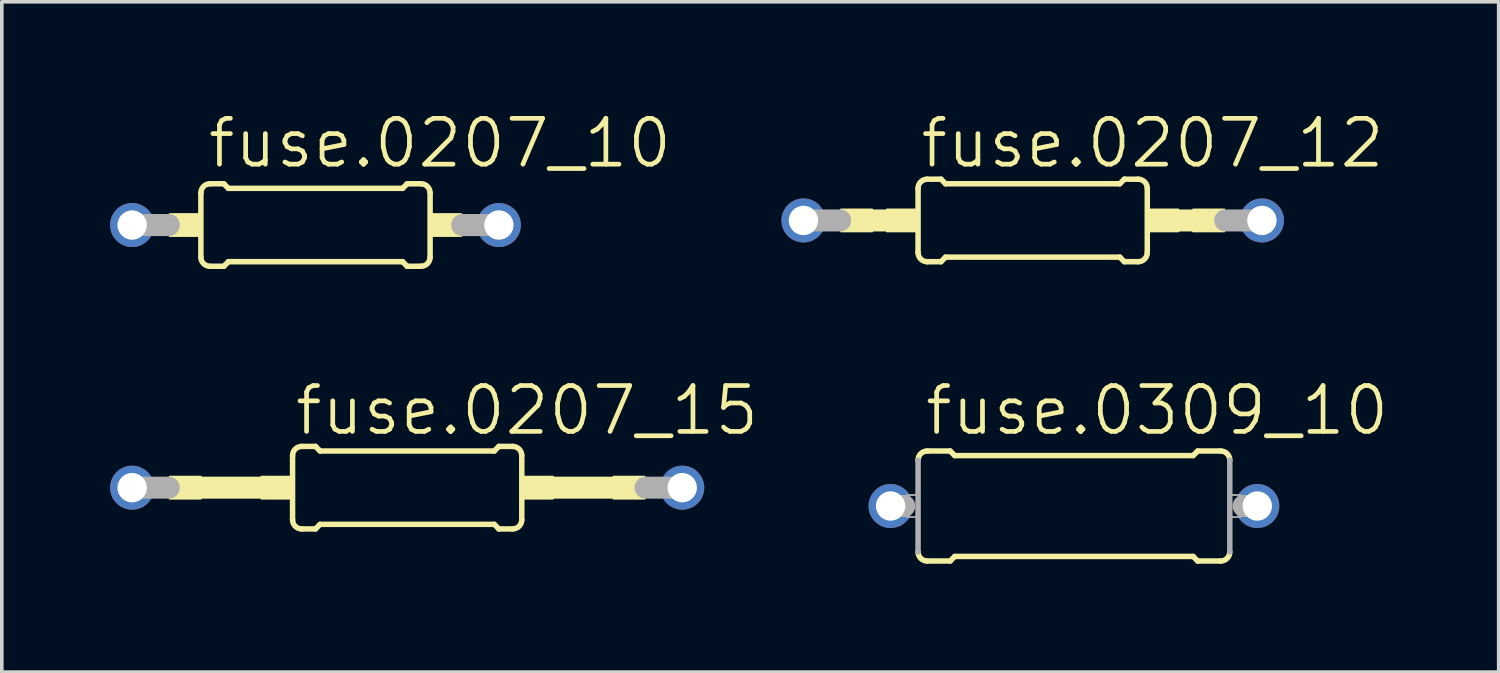
<source format=kicad_pcb>
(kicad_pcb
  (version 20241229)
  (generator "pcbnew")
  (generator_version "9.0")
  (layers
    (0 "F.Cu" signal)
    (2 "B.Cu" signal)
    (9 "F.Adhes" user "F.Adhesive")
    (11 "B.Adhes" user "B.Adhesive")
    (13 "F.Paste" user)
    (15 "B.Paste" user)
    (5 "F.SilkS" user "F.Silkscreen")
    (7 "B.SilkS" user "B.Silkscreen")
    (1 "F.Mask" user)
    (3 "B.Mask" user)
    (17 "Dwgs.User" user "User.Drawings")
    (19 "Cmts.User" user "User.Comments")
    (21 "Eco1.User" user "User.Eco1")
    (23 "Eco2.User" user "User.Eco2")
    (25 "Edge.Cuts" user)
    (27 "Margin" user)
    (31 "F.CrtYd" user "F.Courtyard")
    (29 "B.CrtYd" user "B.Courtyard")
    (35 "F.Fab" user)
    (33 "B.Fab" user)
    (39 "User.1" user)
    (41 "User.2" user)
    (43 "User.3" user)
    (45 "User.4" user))
  (footprint "fuse.0207_15"
    (layer "F.Cu")
    (at 8.23 10.46)
    (property "Reference" "fuse.0207_15" (at -3.175 -1.397 0) (layer "F.SilkS") (effects (font (size 1.27 1.27) (thickness 0.13)) (justify left bottom)))
    (attr through_hole)
    (fp_line (start -5.715 0) (end -4.064 0) (stroke (width 0.61) (type default)) (layer "F.SilkS"))
    (fp_line (start -3.175 0.889) (end -3.175 -0.889) (stroke (width 0.152) (type default)) (layer "F.SilkS"))
    (fp_line (start -2.921 -1.143) (end -2.54 -1.143) (stroke (width 0.152) (type default)) (layer "F.SilkS"))
    (fp_line (start -2.921 1.143) (end -2.54 1.143) (stroke (width 0.152) (type default)) (layer "F.SilkS"))
    (fp_line (start -2.413 -1.016) (end -2.54 -1.143) (stroke (width 0.152) (type default)) (layer "F.SilkS"))
    (fp_line (start -2.413 1.016) (end -2.54 1.143) (stroke (width 0.152) (type default)) (layer "F.SilkS"))
    (fp_line (start 2.413 -1.016) (end -2.413 -1.016) (stroke (width 0.152) (type default)) (layer "F.SilkS"))
    (fp_line (start 2.413 -1.016) (end 2.54 -1.143) (stroke (width 0.152) (type default)) (layer "F.SilkS"))
    (fp_line (start 2.413 1.016) (end -2.413 1.016) (stroke (width 0.152) (type default)) (layer "F.SilkS"))
    (fp_line (start 2.413 1.016) (end 2.54 1.143) (stroke (width 0.152) (type default)) (layer "F.SilkS"))
    (fp_line (start 2.921 -1.143) (end 2.54 -1.143) (stroke (width 0.152) (type default)) (layer "F.SilkS"))
    (fp_line (start 2.921 1.143) (end 2.54 1.143) (stroke (width 0.152) (type default)) (layer "F.SilkS"))
    (fp_line (start 3.175 0.889) (end 3.175 -0.889) (stroke (width 0.152) (type default)) (layer "F.SilkS"))
    (fp_line (start 5.715 0) (end 4.064 0) (stroke (width 0.61) (type default)) (layer "F.SilkS"))
    (fp_rect (start -6.579 0.305) (end -5.715 -0.305) (stroke (width 0.05) (type default)) (fill yes) (layer "F.SilkS"))
    (fp_rect (start -4.039 0.305) (end -3.175 -0.305) (stroke (width 0.05) (type default)) (fill yes) (layer "F.SilkS"))
    (fp_rect (start 3.175 0.305) (end 4.039 -0.305) (stroke (width 0.05) (type default)) (fill yes) (layer "F.SilkS"))
    (fp_rect (start 5.715 0.305) (end 6.579 -0.305) (stroke (width 0.05) (type default)) (fill yes) (layer "F.SilkS"))
    (fp_arc (start -3.175 -0.889) (mid -3.100605 -1.068605) (end -2.921 -1.143) (stroke (width 0.1524) (type default)) (layer "F.SilkS"))
    (fp_arc (start -2.921 1.143) (mid -3.100605 1.068605) (end -3.175 0.889) (stroke (width 0.1524) (type default)) (layer "F.SilkS"))
    (fp_arc (start 2.921 -1.143) (mid 3.100605 -1.068605) (end 3.175 -0.889) (stroke (width 0.1524) (type default)) (layer "F.SilkS"))
    (fp_arc (start 3.175 0.889) (mid 3.100605 1.068605) (end 2.921 1.143) (stroke (width 0.1524) (type default)) (layer "F.SilkS"))
    (fp_line (start -7.62 0) (end -6.604 0) (stroke (width 0.61) (type default)) (layer "F.Fab"))
    (fp_line (start 7.62 0) (end 6.604 0) (stroke (width 0.61) (type default)) (layer "F.Fab"))
    (pad "1" thru_hole circle (at -7.62 0) (size 1.219 1.219) (drill 0.813) (layers "*.Cu" "*.Mask"))
    (pad "2" thru_hole circle (at 7.62 0) (size 1.219 1.219) (drill 0.813) (layers "*.Cu" "*.Mask")))
  (footprint "fuse.0309_10"
    (layer "F.Cu")
    (at 26.701 10.968)
    (property "Reference" "fuse.0309_10" (at -4.191 -1.905 0) (layer "F.SilkS") (effects (font (size 1.27 1.27) (thickness 0.13)) (justify left bottom)))
    (attr through_hole)
    (fp_line (start -4.064 -1.524) (end -3.429 -1.524) (stroke (width 0.152) (type default)) (layer "F.SilkS"))
    (fp_line (start -4.064 1.524) (end -3.429 1.524) (stroke (width 0.152) (type default)) (layer "F.SilkS"))
    (fp_line (start -3.302 -1.397) (end -3.429 -1.524) (stroke (width 0.152) (type default)) (layer "F.SilkS"))
    (fp_line (start -3.302 1.397) (end -3.429 1.524) (stroke (width 0.152) (type default)) (layer "F.SilkS"))
    (fp_line (start 3.302 -1.397) (end -3.302 -1.397) (stroke (width 0.152) (type default)) (layer "F.SilkS"))
    (fp_line (start 3.302 -1.397) (end 3.429 -1.524) (stroke (width 0.152) (type default)) (layer "F.SilkS"))
    (fp_line (start 3.302 1.397) (end -3.302 1.397) (stroke (width 0.152) (type default)) (layer "F.SilkS"))
    (fp_line (start 3.302 1.397) (end 3.429 1.524) (stroke (width 0.152) (type default)) (layer "F.SilkS"))
    (fp_line (start 4.064 -1.524) (end 3.429 -1.524) (stroke (width 0.152) (type default)) (layer "F.SilkS"))
    (fp_line (start 4.064 1.524) (end 3.429 1.524) (stroke (width 0.152) (type default)) (layer "F.SilkS"))
    (fp_arc (start -4.318 -1.27) (mid -4.243605 -1.449605) (end -4.064 -1.524) (stroke (width 0.1524) (type default)) (layer "F.SilkS"))
    (fp_arc (start -4.064 1.524) (mid -4.243605 1.449605) (end -4.318 1.27) (stroke (width 0.1524) (type default)) (layer "F.SilkS"))
    (fp_arc (start 4.064 -1.524) (mid 4.243605 -1.449605) (end 4.318 -1.27) (stroke (width 0.1524) (type default)) (layer "F.SilkS"))
    (fp_arc (start 4.318 1.27) (mid 4.243605 1.449605) (end 4.064 1.524) (stroke (width 0.1524) (type default)) (layer "F.SilkS"))
    (fp_line (start -4.699 0) (end -5.08 0) (stroke (width 0.61) (type default)) (layer "F.Fab"))
    (fp_line (start -4.318 1.27) (end -4.318 -1.27) (stroke (width 0.152) (type default)) (layer "F.Fab"))
    (fp_line (start 4.318 1.27) (end 4.318 -1.27) (stroke (width 0.152) (type default)) (layer "F.Fab"))
    (fp_line (start 5.08 0) (end 4.699 0) (stroke (width 0.61) (type default)) (layer "F.Fab"))
    (fp_rect (start -4.623 0.305) (end -4.318 -0.305) (stroke (width 0.05) (type default)) (fill no) (layer "F.Fab"))
    (fp_rect (start 4.318 0.305) (end 4.623 -0.305) (stroke (width 0.05) (type default)) (fill no) (layer "F.Fab"))
    (pad "1" thru_hole circle (at -5.08 0) (size 1.219 1.219) (drill 0.813) (layers "*.Cu" "*.Mask"))
    (pad "2" thru_hole circle (at 5.08 0) (size 1.219 1.219) (drill 0.813) (layers "*.Cu" "*.Mask")))
  (footprint "fuse.0207_12"
    (layer "F.Cu")
    (at 25.558 3.057)
    (property "Reference" "fuse.0207_12" (at -3.175 -1.397 0) (layer "F.SilkS") (effects (font (size 1.27 1.27) (thickness 0.13)) (justify left bottom)))
    (attr through_hole)
    (fp_line (start -4.445 0) (end -4.064 0) (stroke (width 0.61) (type default)) (layer "F.SilkS"))
    (fp_line (start -3.175 0.889) (end -3.175 -0.889) (stroke (width 0.152) (type default)) (layer "F.SilkS"))
    (fp_line (start -2.921 -1.143) (end -2.54 -1.143) (stroke (width 0.152) (type default)) (layer "F.SilkS"))
    (fp_line (start -2.921 1.143) (end -2.54 1.143) (stroke (width 0.152) (type default)) (layer "F.SilkS"))
    (fp_line (start -2.413 -1.016) (end -2.54 -1.143) (stroke (width 0.152) (type default)) (layer "F.SilkS"))
    (fp_line (start -2.413 1.016) (end -2.54 1.143) (stroke (width 0.152) (type default)) (layer "F.SilkS"))
    (fp_line (start 2.413 -1.016) (end -2.413 -1.016) (stroke (width 0.152) (type default)) (layer "F.SilkS"))
    (fp_line (start 2.413 -1.016) (end 2.54 -1.143) (stroke (width 0.152) (type default)) (layer "F.SilkS"))
    (fp_line (start 2.413 1.016) (end -2.413 1.016) (stroke (width 0.152) (type default)) (layer "F.SilkS"))
    (fp_line (start 2.413 1.016) (end 2.54 1.143) (stroke (width 0.152) (type default)) (layer "F.SilkS"))
    (fp_line (start 2.921 -1.143) (end 2.54 -1.143) (stroke (width 0.152) (type default)) (layer "F.SilkS"))
    (fp_line (start 2.921 1.143) (end 2.54 1.143) (stroke (width 0.152) (type default)) (layer "F.SilkS"))
    (fp_line (start 3.175 0.889) (end 3.175 -0.889) (stroke (width 0.152) (type default)) (layer "F.SilkS"))
    (fp_line (start 4.445 0) (end 4.064 0) (stroke (width 0.61) (type default)) (layer "F.SilkS"))
    (fp_rect (start -5.309 0.305) (end -4.445 -0.305) (stroke (width 0.05) (type default)) (fill yes) (layer "F.SilkS"))
    (fp_rect (start -4.039 0.305) (end -3.175 -0.305) (stroke (width 0.05) (type default)) (fill yes) (layer "F.SilkS"))
    (fp_rect (start 3.175 0.305) (end 4.039 -0.305) (stroke (width 0.05) (type default)) (fill yes) (layer "F.SilkS"))
    (fp_rect (start 4.445 0.305) (end 5.309 -0.305) (stroke (width 0.05) (type default)) (fill yes) (layer "F.SilkS"))
    (fp_arc (start -3.175 -0.889) (mid -3.100605 -1.068605) (end -2.921 -1.143) (stroke (width 0.1524) (type default)) (layer "F.SilkS"))
    (fp_arc (start -2.921 1.143) (mid -3.100605 1.068605) (end -3.175 0.889) (stroke (width 0.1524) (type default)) (layer "F.SilkS"))
    (fp_arc (start 2.921 -1.143) (mid 3.100605 -1.068605) (end 3.175 -0.889) (stroke (width 0.1524) (type default)) (layer "F.SilkS"))
    (fp_arc (start 3.175 0.889) (mid 3.100605 1.068605) (end 2.921 1.143) (stroke (width 0.1524) (type default)) (layer "F.SilkS"))
    (fp_line (start -6.35 0) (end -5.334 0) (stroke (width 0.61) (type default)) (layer "F.Fab"))
    (fp_line (start 6.35 0) (end 5.334 0) (stroke (width 0.61) (type default)) (layer "F.Fab"))
    (pad "1" thru_hole circle (at -6.35 0) (size 1.219 1.219) (drill 0.813) (layers "*.Cu" "*.Mask"))
    (pad "2" thru_hole circle (at 6.35 0) (size 1.219 1.219) (drill 0.813) (layers "*.Cu" "*.Mask")))
  (footprint "fuse.0207_10"
    (layer "F.Cu")
    (at 5.69 3.184)
    (property "Reference" "fuse.0207_10" (at -3.048 -1.524 0) (layer "F.SilkS") (effects (font (size 1.27 1.27) (thickness 0.13)) (justify left bottom)))
    (attr through_hole)
    (fp_line (start -3.175 0.889) (end -3.175 -0.889) (stroke (width 0.152) (type default)) (layer "F.SilkS"))
    (fp_line (start -2.921 -1.143) (end -2.54 -1.143) (stroke (width 0.152) (type default)) (layer "F.SilkS"))
    (fp_line (start -2.921 1.143) (end -2.54 1.143) (stroke (width 0.152) (type default)) (layer "F.SilkS"))
    (fp_line (start -2.413 -1.016) (end -2.54 -1.143) (stroke (width 0.152) (type default)) (layer "F.SilkS"))
    (fp_line (start -2.413 1.016) (end -2.54 1.143) (stroke (width 0.152) (type default)) (layer "F.SilkS"))
    (fp_line (start 2.413 -1.016) (end -2.413 -1.016) (stroke (width 0.152) (type default)) (layer "F.SilkS"))
    (fp_line (start 2.413 -1.016) (end 2.54 -1.143) (stroke (width 0.152) (type default)) (layer "F.SilkS"))
    (fp_line (start 2.413 1.016) (end -2.413 1.016) (stroke (width 0.152) (type default)) (layer "F.SilkS"))
    (fp_line (start 2.413 1.016) (end 2.54 1.143) (stroke (width 0.152) (type default)) (layer "F.SilkS"))
    (fp_line (start 2.921 -1.143) (end 2.54 -1.143) (stroke (width 0.152) (type default)) (layer "F.SilkS"))
    (fp_line (start 2.921 1.143) (end 2.54 1.143) (stroke (width 0.152) (type default)) (layer "F.SilkS"))
    (fp_line (start 3.175 0.889) (end 3.175 -0.889) (stroke (width 0.152) (type default)) (layer "F.SilkS"))
    (fp_rect (start -4.039 0.305) (end -3.175 -0.305) (stroke (width 0.05) (type default)) (fill yes) (layer "F.SilkS"))
    (fp_rect (start 3.175 0.305) (end 4.039 -0.305) (stroke (width 0.05) (type default)) (fill yes) (layer "F.SilkS"))
    (fp_arc (start -3.175 -0.889) (mid -3.100605 -1.068605) (end -2.921 -1.143) (stroke (width 0.1524) (type default)) (layer "F.SilkS"))
    (fp_arc (start -2.921 1.143) (mid -3.100605 1.068605) (end -3.175 0.889) (stroke (width 0.1524) (type default)) (layer "F.SilkS"))
    (fp_arc (start 2.921 -1.143) (mid 3.100605 -1.068605) (end 3.175 -0.889) (stroke (width 0.1524) (type default)) (layer "F.SilkS"))
    (fp_arc (start 3.175 0.889) (mid 3.100605 1.068605) (end 2.921 1.143) (stroke (width 0.1524) (type default)) (layer "F.SilkS"))
    (fp_line (start -5.08 0) (end -4.064 0) (stroke (width 0.61) (type default)) (layer "F.Fab"))
    (fp_line (start 5.08 0) (end 4.064 0) (stroke (width 0.61) (type default)) (layer "F.Fab"))
    (pad "1" thru_hole circle (at -5.08 0) (size 1.219 1.219) (drill 0.813) (layers "*.Cu" "*.Mask"))
    (pad "2" thru_hole circle (at 5.08 0) (size 1.219 1.219) (drill 0.813) (layers "*.Cu" "*.Mask")))
  (gr_rect
    (start -3 -3)
    (end 38.467 15.568)
    (stroke (width 0.1) (type default))
    (fill no)
    (layer "Edge.Cuts")))
</source>
